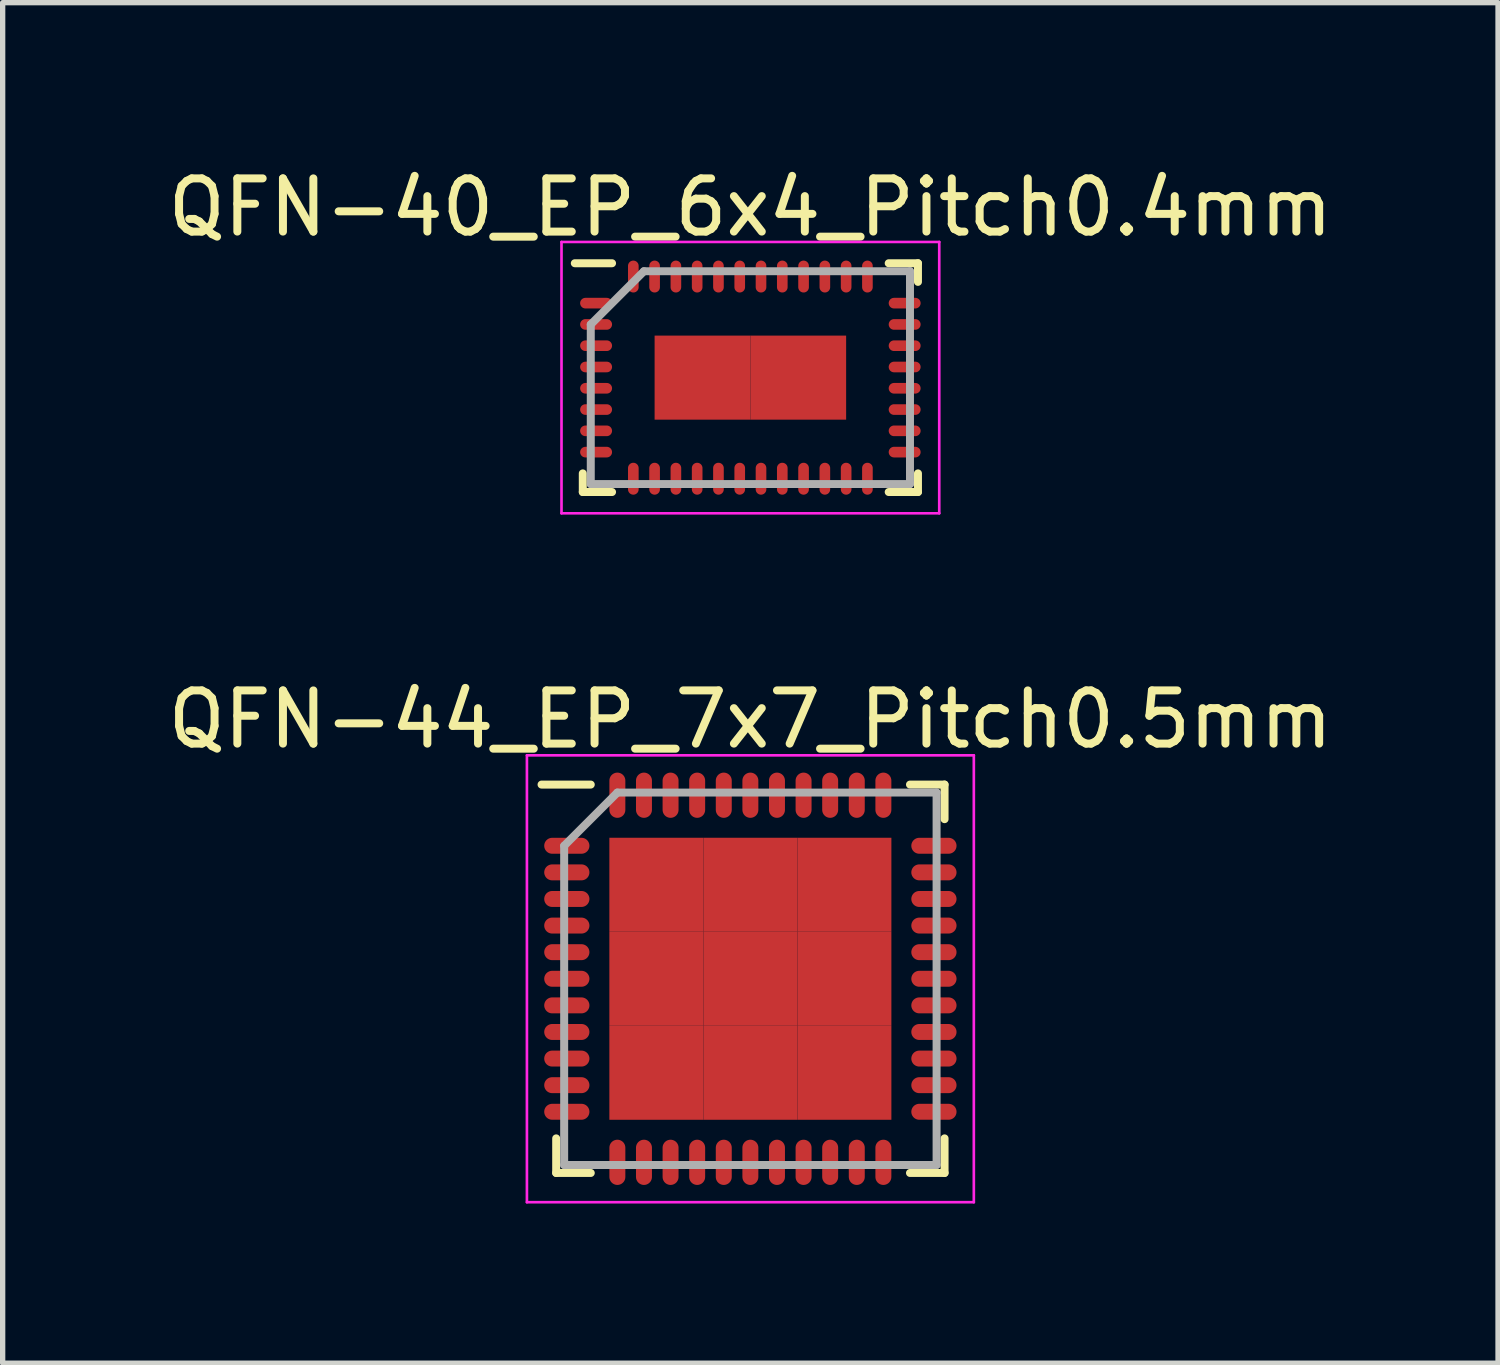
<source format=kicad_pcb>
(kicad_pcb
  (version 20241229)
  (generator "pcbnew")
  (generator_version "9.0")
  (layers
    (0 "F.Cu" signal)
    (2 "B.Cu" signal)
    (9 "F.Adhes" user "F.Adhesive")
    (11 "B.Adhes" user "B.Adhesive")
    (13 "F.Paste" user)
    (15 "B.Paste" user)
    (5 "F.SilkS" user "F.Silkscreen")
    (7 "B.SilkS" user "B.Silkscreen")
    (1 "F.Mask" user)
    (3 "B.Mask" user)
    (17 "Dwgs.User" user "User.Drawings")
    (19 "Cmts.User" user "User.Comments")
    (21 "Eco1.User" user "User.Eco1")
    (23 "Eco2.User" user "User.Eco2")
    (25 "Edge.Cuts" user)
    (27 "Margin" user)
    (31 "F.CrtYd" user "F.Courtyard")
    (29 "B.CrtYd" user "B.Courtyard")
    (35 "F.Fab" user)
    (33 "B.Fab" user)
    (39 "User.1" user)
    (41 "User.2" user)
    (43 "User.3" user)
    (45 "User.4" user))
  (footprint "QFN-40_EP_6x4_Pitch0.4mm"
    (layer "F.Cu")
    (at 11.054 4.048)
    (property "Reference" "QFN-40_EP_6x4_Pitch0.4mm" (at 0 -3.2 0) (layer "F.SilkS") (effects (font (size 1 1) (thickness 0.15))))
    (attr smd)
    (fp_line (start -3.15 2.15) (end -3.15 1.8) (stroke (width 0.15) (type solid)) (layer "F.SilkS"))
    (fp_line (start -2.6 -2.15) (end -3.3 -2.15) (stroke (width 0.15) (type solid)) (layer "F.SilkS"))
    (fp_line (start -2.6 2.15) (end -3.15 2.15) (stroke (width 0.15) (type solid)) (layer "F.SilkS"))
    (fp_line (start 2.6 -2.15) (end 3.15 -2.15) (stroke (width 0.15) (type solid)) (layer "F.SilkS"))
    (fp_line (start 2.6 2.15) (end 3.15 2.15) (stroke (width 0.15) (type solid)) (layer "F.SilkS"))
    (fp_line (start 3.15 -2.15) (end 3.15 -1.8) (stroke (width 0.15) (type solid)) (layer "F.SilkS"))
    (fp_line (start 3.15 2.15) (end 3.15 1.8) (stroke (width 0.15) (type solid)) (layer "F.SilkS"))
    (fp_line (start -3.55 -2.55) (end 3.55 -2.55) (stroke (width 0.05) (type solid)) (layer "F.CrtYd"))
    (fp_line (start -3.55 2.55) (end -3.55 -2.55) (stroke (width 0.05) (type solid)) (layer "F.CrtYd"))
    (fp_line (start 3.55 -2.55) (end 3.55 2.55) (stroke (width 0.05) (type solid)) (layer "F.CrtYd"))
    (fp_line (start 3.55 2.55) (end -3.55 2.55) (stroke (width 0.05) (type solid)) (layer "F.CrtYd"))
    (fp_line (start -3 -1) (end -3 2) (stroke (width 0.15) (type solid)) (layer "F.Fab"))
    (fp_line (start -3 2) (end 3 2) (stroke (width 0.15) (type solid)) (layer "F.Fab"))
    (fp_line (start -2 -2) (end -3 -1) (stroke (width 0.15) (type solid)) (layer "F.Fab"))
    (fp_line (start 3 -2) (end -2 -2) (stroke (width 0.15) (type solid)) (layer "F.Fab"))
    (fp_line (start 3 2) (end 3 -2) (stroke (width 0.15) (type solid)) (layer "F.Fab"))
    (pad "1" smd oval (at -2.9 -1.4 90) (size 0.2 0.6) (layers "F.Cu" "F.Mask" "F.Paste"))
    (pad "2" smd oval (at -2.9 -1 90) (size 0.2 0.6) (layers "F.Cu" "F.Mask" "F.Paste"))
    (pad "3" smd oval (at -2.9 -0.6 90) (size 0.2 0.6) (layers "F.Cu" "F.Mask" "F.Paste"))
    (pad "4" smd oval (at -2.9 -0.2 90) (size 0.2 0.6) (layers "F.Cu" "F.Mask" "F.Paste"))
    (pad "5" smd oval (at -2.9 0.2 90) (size 0.2 0.6) (layers "F.Cu" "F.Mask" "F.Paste"))
    (pad "6" smd oval (at -2.9 0.6 90) (size 0.2 0.6) (layers "F.Cu" "F.Mask" "F.Paste"))
    (pad "7" smd oval (at -2.9 1 90) (size 0.2 0.6) (layers "F.Cu" "F.Mask" "F.Paste"))
    (pad "8" smd oval (at -2.9 1.4 90) (size 0.2 0.6) (layers "F.Cu" "F.Mask" "F.Paste"))
    (pad "9" smd oval (at -2.2 1.9) (size 0.2 0.6) (layers "F.Cu" "F.Mask" "F.Paste"))
    (pad "10" smd oval (at -1.8 1.9) (size 0.2 0.6) (layers "F.Cu" "F.Mask" "F.Paste"))
    (pad "11" smd oval (at -1.4 1.9) (size 0.2 0.6) (layers "F.Cu" "F.Mask" "F.Paste"))
    (pad "12" smd oval (at -1 1.9) (size 0.2 0.6) (layers "F.Cu" "F.Mask" "F.Paste"))
    (pad "13" smd oval (at -0.6 1.9) (size 0.2 0.6) (layers "F.Cu" "F.Mask" "F.Paste"))
    (pad "14" smd oval (at -0.2 1.9) (size 0.2 0.6) (layers "F.Cu" "F.Mask" "F.Paste"))
    (pad "15" smd oval (at 0.2 1.9) (size 0.2 0.6) (layers "F.Cu" "F.Mask" "F.Paste"))
    (pad "16" smd oval (at 0.6 1.9) (size 0.2 0.6) (layers "F.Cu" "F.Mask" "F.Paste"))
    (pad "17" smd oval (at 1 1.9) (size 0.2 0.6) (layers "F.Cu" "F.Mask" "F.Paste"))
    (pad "18" smd oval (at 1.4 1.9) (size 0.2 0.6) (layers "F.Cu" "F.Mask" "F.Paste"))
    (pad "19" smd oval (at 1.8 1.9) (size 0.2 0.6) (layers "F.Cu" "F.Mask" "F.Paste"))
    (pad "20" smd oval (at 2.2 1.9) (size 0.2 0.6) (layers "F.Cu" "F.Mask" "F.Paste"))
    (pad "21" smd oval (at 2.9 1.4 90) (size 0.2 0.6) (layers "F.Cu" "F.Mask" "F.Paste"))
    (pad "22" smd oval (at 2.9 1 90) (size 0.2 0.6) (layers "F.Cu" "F.Mask" "F.Paste"))
    (pad "23" smd oval (at 2.9 0.6 90) (size 0.2 0.6) (layers "F.Cu" "F.Mask" "F.Paste"))
    (pad "24" smd oval (at 2.9 0.2 90) (size 0.2 0.6) (layers "F.Cu" "F.Mask" "F.Paste"))
    (pad "25" smd oval (at 2.9 -0.2 90) (size 0.2 0.6) (layers "F.Cu" "F.Mask" "F.Paste"))
    (pad "26" smd oval (at 2.9 -0.6 90) (size 0.2 0.6) (layers "F.Cu" "F.Mask" "F.Paste"))
    (pad "27" smd oval (at 2.9 -1 90) (size 0.2 0.6) (layers "F.Cu" "F.Mask" "F.Paste"))
    (pad "28" smd oval (at 2.9 -1.4 90) (size 0.2 0.6) (layers "F.Cu" "F.Mask" "F.Paste"))
    (pad "29" smd oval (at 2.2 -1.9) (size 0.2 0.6) (layers "F.Cu" "F.Mask" "F.Paste"))
    (pad "30" smd oval (at 1.8 -1.9) (size 0.2 0.6) (layers "F.Cu" "F.Mask" "F.Paste"))
    (pad "31" smd oval (at 1.4 -1.9) (size 0.2 0.6) (layers "F.Cu" "F.Mask" "F.Paste"))
    (pad "32" smd oval (at 1 -1.9) (size 0.2 0.6) (layers "F.Cu" "F.Mask" "F.Paste"))
    (pad "33" smd oval (at 0.6 -1.9) (size 0.2 0.6) (layers "F.Cu" "F.Mask" "F.Paste"))
    (pad "34" smd oval (at 0.2 -1.9) (size 0.2 0.6) (layers "F.Cu" "F.Mask" "F.Paste"))
    (pad "35" smd oval (at -0.2 -1.9) (size 0.2 0.6) (layers "F.Cu" "F.Mask" "F.Paste"))
    (pad "36" smd oval (at -0.6 -1.9) (size 0.2 0.6) (layers "F.Cu" "F.Mask" "F.Paste"))
    (pad "37" smd oval (at -1 -1.9) (size 0.2 0.6) (layers "F.Cu" "F.Mask" "F.Paste"))
    (pad "38" smd oval (at -1.4 -1.9) (size 0.2 0.6) (layers "F.Cu" "F.Mask" "F.Paste"))
    (pad "39" smd oval (at -1.8 -1.9) (size 0.2 0.6) (layers "F.Cu" "F.Mask" "F.Paste"))
    (pad "40" smd oval (at -2.2 -1.9) (size 0.2 0.6) (layers "F.Cu" "F.Mask" "F.Paste"))
    (pad "41" smd rect (at -0.9 0) (size 1.8 1.58) (layers "F.Cu" "F.Mask" "F.Paste"))
    (pad "41" smd rect (at 0.9 0) (size 1.8 1.58) (layers "F.Cu" "F.Mask" "F.Paste")))
  (footprint "QFN-44_EP_7x7_Pitch0.5mm"
    (layer "F.Cu")
    (at 11.054 15.347)
    (property "Reference" "QFN-44_EP_7x7_Pitch0.5mm" (at 0 -4.875 0) (layer "F.SilkS") (effects (font (size 1 1) (thickness 0.15))))
    (attr smd)
    (fp_line (start -3.65 3.65) (end -3.65 3) (stroke (width 0.15) (type solid)) (layer "F.SilkS"))
    (fp_line (start -3 -3.65) (end -3.925 -3.65) (stroke (width 0.15) (type solid)) (layer "F.SilkS"))
    (fp_line (start -3 3.65) (end -3.65 3.65) (stroke (width 0.15) (type solid)) (layer "F.SilkS"))
    (fp_line (start 3 -3.65) (end 3.65 -3.65) (stroke (width 0.15) (type solid)) (layer "F.SilkS"))
    (fp_line (start 3 3.65) (end 3.65 3.65) (stroke (width 0.15) (type solid)) (layer "F.SilkS"))
    (fp_line (start 3.65 -3.65) (end 3.65 -3) (stroke (width 0.15) (type solid)) (layer "F.SilkS"))
    (fp_line (start 3.65 3.65) (end 3.65 3) (stroke (width 0.15) (type solid)) (layer "F.SilkS"))
    (fp_line (start -4.2 -4.2) (end 4.2 -4.2) (stroke (width 0.05) (type solid)) (layer "F.CrtYd"))
    (fp_line (start -4.2 4.2) (end -4.2 -4.2) (stroke (width 0.05) (type solid)) (layer "F.CrtYd"))
    (fp_line (start 4.2 -4.2) (end 4.2 4.2) (stroke (width 0.05) (type solid)) (layer "F.CrtYd"))
    (fp_line (start 4.2 4.2) (end -4.2 4.2) (stroke (width 0.05) (type solid)) (layer "F.CrtYd"))
    (fp_line (start -3.5 -2.5) (end -3.5 3.5) (stroke (width 0.15) (type solid)) (layer "F.Fab"))
    (fp_line (start -3.5 3.5) (end 3.5 3.5) (stroke (width 0.15) (type solid)) (layer "F.Fab"))
    (fp_line (start -2.5 -3.5) (end -3.5 -2.5) (stroke (width 0.15) (type solid)) (layer "F.Fab"))
    (fp_line (start 3.5 -3.5) (end -2.5 -3.5) (stroke (width 0.15) (type solid)) (layer "F.Fab"))
    (fp_line (start 3.5 3.5) (end 3.5 -3.5) (stroke (width 0.15) (type solid)) (layer "F.Fab"))
    (pad "1" smd oval (at -3.45 -2.5 90) (size 0.3 0.85) (layers "F.Cu" "F.Mask" "F.Paste"))
    (pad "2" smd oval (at -3.45 -2 90) (size 0.3 0.85) (layers "F.Cu" "F.Mask" "F.Paste"))
    (pad "3" smd oval (at -3.45 -1.5 90) (size 0.3 0.85) (layers "F.Cu" "F.Mask" "F.Paste"))
    (pad "4" smd oval (at -3.45 -1 90) (size 0.3 0.85) (layers "F.Cu" "F.Mask" "F.Paste"))
    (pad "5" smd oval (at -3.45 -0.5 90) (size 0.3 0.85) (layers "F.Cu" "F.Mask" "F.Paste"))
    (pad "6" smd oval (at -3.45 0 90) (size 0.3 0.85) (layers "F.Cu" "F.Mask" "F.Paste"))
    (pad "7" smd oval (at -3.45 0.5 90) (size 0.3 0.85) (layers "F.Cu" "F.Mask" "F.Paste"))
    (pad "8" smd oval (at -3.45 1 90) (size 0.3 0.85) (layers "F.Cu" "F.Mask" "F.Paste"))
    (pad "9" smd oval (at -3.45 1.5 90) (size 0.3 0.85) (layers "F.Cu" "F.Mask" "F.Paste"))
    (pad "10" smd oval (at -3.45 2 90) (size 0.3 0.85) (layers "F.Cu" "F.Mask" "F.Paste"))
    (pad "11" smd oval (at -3.45 2.5 90) (size 0.3 0.85) (layers "F.Cu" "F.Mask" "F.Paste"))
    (pad "12" smd oval (at -2.5 3.45) (size 0.3 0.85) (layers "F.Cu" "F.Mask" "F.Paste"))
    (pad "13" smd oval (at -2 3.45) (size 0.3 0.85) (layers "F.Cu" "F.Mask" "F.Paste"))
    (pad "14" smd oval (at -1.5 3.45) (size 0.3 0.85) (layers "F.Cu" "F.Mask" "F.Paste"))
    (pad "15" smd oval (at -1 3.45) (size 0.3 0.85) (layers "F.Cu" "F.Mask" "F.Paste"))
    (pad "16" smd oval (at -0.5 3.45) (size 0.3 0.85) (layers "F.Cu" "F.Mask" "F.Paste"))
    (pad "17" smd oval (at 0 3.45) (size 0.3 0.85) (layers "F.Cu" "F.Mask" "F.Paste"))
    (pad "18" smd oval (at 0.5 3.45) (size 0.3 0.85) (layers "F.Cu" "F.Mask" "F.Paste"))
    (pad "19" smd oval (at 1 3.45) (size 0.3 0.85) (layers "F.Cu" "F.Mask" "F.Paste"))
    (pad "20" smd oval (at 1.5 3.45) (size 0.3 0.85) (layers "F.Cu" "F.Mask" "F.Paste"))
    (pad "21" smd oval (at 2 3.45) (size 0.3 0.85) (layers "F.Cu" "F.Mask" "F.Paste"))
    (pad "22" smd oval (at 2.5 3.45) (size 0.3 0.85) (layers "F.Cu" "F.Mask" "F.Paste"))
    (pad "23" smd oval (at 3.45 2.5 90) (size 0.3 0.85) (layers "F.Cu" "F.Mask" "F.Paste"))
    (pad "24" smd oval (at 3.45 2 90) (size 0.3 0.85) (layers "F.Cu" "F.Mask" "F.Paste"))
    (pad "25" smd oval (at 3.45 1.5 90) (size 0.3 0.85) (layers "F.Cu" "F.Mask" "F.Paste"))
    (pad "26" smd oval (at 3.45 1 90) (size 0.3 0.85) (layers "F.Cu" "F.Mask" "F.Paste"))
    (pad "27" smd oval (at 3.45 0.5 90) (size 0.3 0.85) (layers "F.Cu" "F.Mask" "F.Paste"))
    (pad "28" smd oval (at 3.45 0 90) (size 0.3 0.85) (layers "F.Cu" "F.Mask" "F.Paste"))
    (pad "29" smd oval (at 3.45 -0.5 90) (size 0.3 0.85) (layers "F.Cu" "F.Mask" "F.Paste"))
    (pad "30" smd oval (at 3.45 -1 90) (size 0.3 0.85) (layers "F.Cu" "F.Mask" "F.Paste"))
    (pad "31" smd oval (at 3.45 -1.5 90) (size 0.3 0.85) (layers "F.Cu" "F.Mask" "F.Paste"))
    (pad "32" smd oval (at 3.45 -2 90) (size 0.3 0.85) (layers "F.Cu" "F.Mask" "F.Paste"))
    (pad "33" smd oval (at 3.45 -2.5 90) (size 0.3 0.85) (layers "F.Cu" "F.Mask" "F.Paste"))
    (pad "34" smd oval (at 2.5 -3.45) (size 0.3 0.85) (layers "F.Cu" "F.Mask" "F.Paste"))
    (pad "35" smd oval (at 2 -3.45) (size 0.3 0.85) (layers "F.Cu" "F.Mask" "F.Paste"))
    (pad "36" smd oval (at 1.5 -3.45) (size 0.3 0.85) (layers "F.Cu" "F.Mask" "F.Paste"))
    (pad "37" smd oval (at 1 -3.45) (size 0.3 0.85) (layers "F.Cu" "F.Mask" "F.Paste"))
    (pad "38" smd oval (at 0.5 -3.45) (size 0.3 0.85) (layers "F.Cu" "F.Mask" "F.Paste"))
    (pad "39" smd oval (at 0 -3.45) (size 0.3 0.85) (layers "F.Cu" "F.Mask" "F.Paste"))
    (pad "40" smd oval (at -0.5 -3.45) (size 0.3 0.85) (layers "F.Cu" "F.Mask" "F.Paste"))
    (pad "41" smd oval (at -1 -3.45) (size 0.3 0.85) (layers "F.Cu" "F.Mask" "F.Paste"))
    (pad "42" smd oval (at -1.5 -3.45) (size 0.3 0.85) (layers "F.Cu" "F.Mask" "F.Paste"))
    (pad "43" smd oval (at -2 -3.45) (size 0.3 0.85) (layers "F.Cu" "F.Mask" "F.Paste"))
    (pad "44" smd oval (at -2.5 -3.45) (size 0.3 0.85) (layers "F.Cu" "F.Mask" "F.Paste"))
    (pad "45" smd rect (at -1.767 -1.767) (size 1.767 1.767) (layers "F.Cu" "F.Mask" "F.Paste"))
    (pad "45" smd rect (at -1.767 0) (size 1.767 1.767) (layers "F.Cu" "F.Mask" "F.Paste"))
    (pad "45" smd rect (at -1.767 1.767) (size 1.767 1.767) (layers "F.Cu" "F.Mask" "F.Paste"))
    (pad "45" smd rect (at 0 -1.767) (size 1.767 1.767) (layers "F.Cu" "F.Mask" "F.Paste"))
    (pad "45" smd rect (at 0 0) (size 1.767 1.767) (layers "F.Cu" "F.Mask" "F.Paste"))
    (pad "45" smd rect (at 0 1.767) (size 1.767 1.767) (layers "F.Cu" "F.Mask" "F.Paste"))
    (pad "45" smd rect (at 1.767 -1.767) (size 1.767 1.767) (layers "F.Cu" "F.Mask" "F.Paste"))
    (pad "45" smd rect (at 1.767 0) (size 1.767 1.767) (layers "F.Cu" "F.Mask" "F.Paste"))
    (pad "45" smd rect (at 1.767 1.767) (size 1.767 1.767) (layers "F.Cu" "F.Mask" "F.Paste")))
  (gr_rect
    (start -3 -3)
    (end 25.107 22.572)
    (stroke (width 0.1) (type default))
    (fill no)
    (layer "Edge.Cuts")))
</source>
